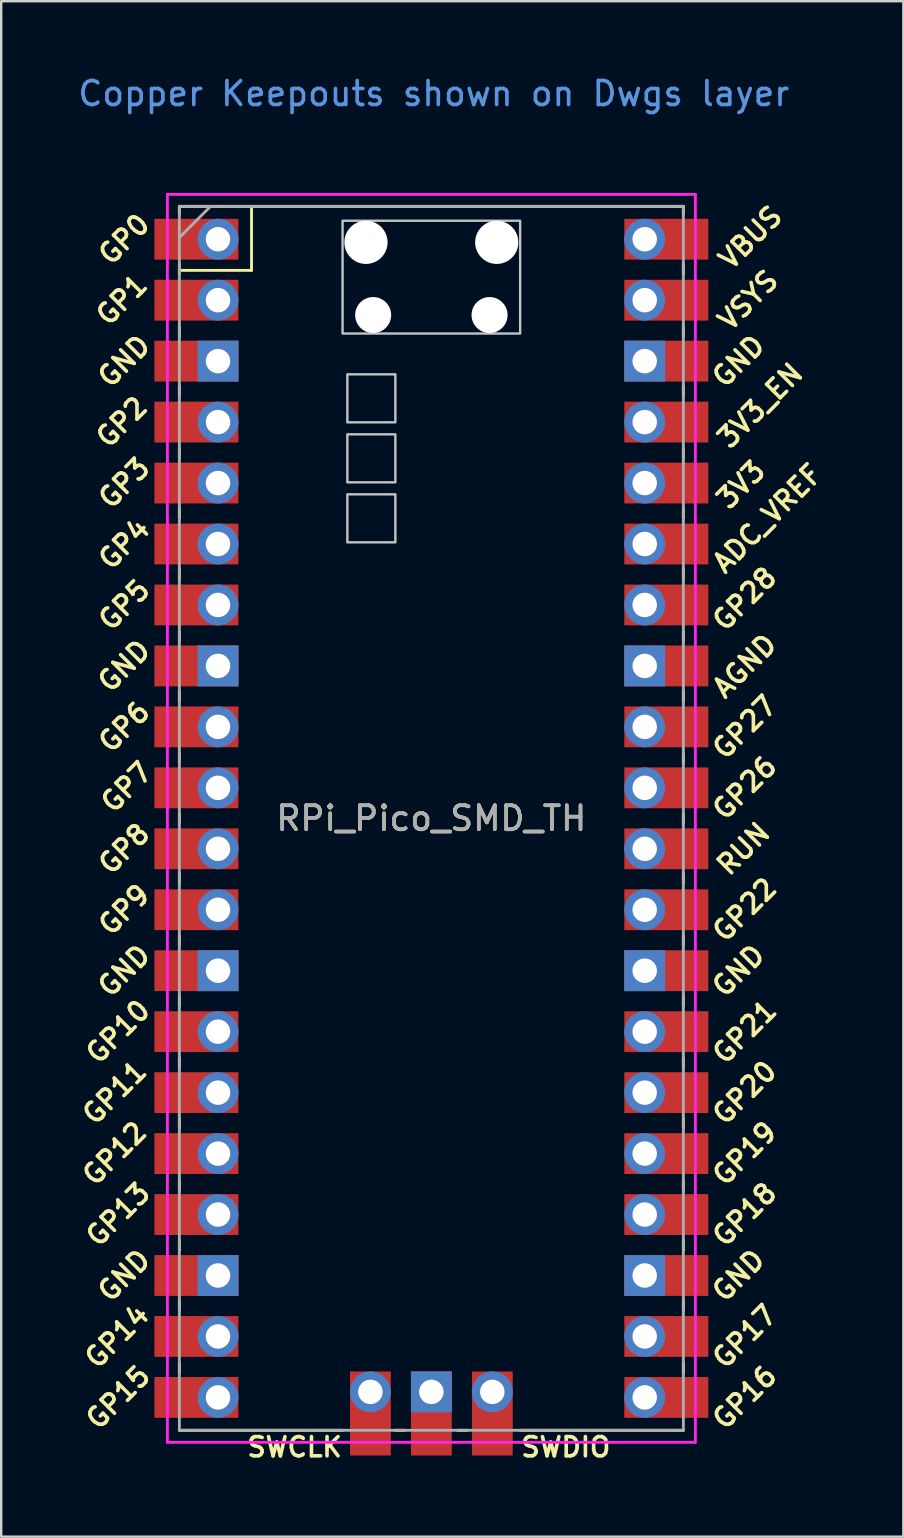
<source format=kicad_pcb>
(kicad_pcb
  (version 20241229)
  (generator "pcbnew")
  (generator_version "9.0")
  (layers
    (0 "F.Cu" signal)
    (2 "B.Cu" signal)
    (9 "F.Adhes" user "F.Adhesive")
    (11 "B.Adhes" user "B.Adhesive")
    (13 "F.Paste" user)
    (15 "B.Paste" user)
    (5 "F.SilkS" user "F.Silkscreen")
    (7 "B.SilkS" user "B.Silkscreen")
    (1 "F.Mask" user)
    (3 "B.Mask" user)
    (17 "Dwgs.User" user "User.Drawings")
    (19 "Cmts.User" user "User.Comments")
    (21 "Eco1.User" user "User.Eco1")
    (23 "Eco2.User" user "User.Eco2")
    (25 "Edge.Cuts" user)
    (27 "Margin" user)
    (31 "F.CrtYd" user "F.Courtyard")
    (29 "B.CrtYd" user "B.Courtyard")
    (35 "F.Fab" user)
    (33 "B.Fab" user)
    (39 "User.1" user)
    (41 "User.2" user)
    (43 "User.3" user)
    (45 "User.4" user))
  (footprint "RPi_Pico_SMD_TH"
    (layer "F.Cu")
    (at 14.924 31.048)
    (property "Reference" "RPi_Pico_SMD_TH" (at 0 0 0) (layer "F.SilkS") (effects (font (size 1 1) (thickness 0.15))))
    (attr through_hole)
    (fp_line (start -10.5 -25.5) (end -10.5 -25.2) (stroke (width 0.12) (type solid)) (layer "F.SilkS"))
    (fp_line (start -10.5 -25.5) (end 10.5 -25.5) (stroke (width 0.12) (type solid)) (layer "F.SilkS"))
    (fp_line (start -10.5 -23.1) (end -10.5 -22.7) (stroke (width 0.12) (type solid)) (layer "F.SilkS"))
    (fp_line (start -10.5 -22.833) (end -7.493 -22.833) (stroke (width 0.12) (type solid)) (layer "F.SilkS"))
    (fp_line (start -10.5 -20.5) (end -10.5 -20.1) (stroke (width 0.12) (type solid)) (layer "F.SilkS"))
    (fp_line (start -10.5 -18) (end -10.5 -17.6) (stroke (width 0.12) (type solid)) (layer "F.SilkS"))
    (fp_line (start -10.5 -15.4) (end -10.5 -15) (stroke (width 0.12) (type solid)) (layer "F.SilkS"))
    (fp_line (start -10.5 -12.9) (end -10.5 -12.5) (stroke (width 0.12) (type solid)) (layer "F.SilkS"))
    (fp_line (start -10.5 -10.4) (end -10.5 -10) (stroke (width 0.12) (type solid)) (layer "F.SilkS"))
    (fp_line (start -10.5 -7.8) (end -10.5 -7.4) (stroke (width 0.12) (type solid)) (layer "F.SilkS"))
    (fp_line (start -10.5 -5.3) (end -10.5 -4.9) (stroke (width 0.12) (type solid)) (layer "F.SilkS"))
    (fp_line (start -10.5 -2.7) (end -10.5 -2.3) (stroke (width 0.12) (type solid)) (layer "F.SilkS"))
    (fp_line (start -10.5 -0.2) (end -10.5 0.2) (stroke (width 0.12) (type solid)) (layer "F.SilkS"))
    (fp_line (start -10.5 2.3) (end -10.5 2.7) (stroke (width 0.12) (type solid)) (layer "F.SilkS"))
    (fp_line (start -10.5 4.9) (end -10.5 5.3) (stroke (width 0.12) (type solid)) (layer "F.SilkS"))
    (fp_line (start -10.5 7.4) (end -10.5 7.8) (stroke (width 0.12) (type solid)) (layer "F.SilkS"))
    (fp_line (start -10.5 10) (end -10.5 10.4) (stroke (width 0.12) (type solid)) (layer "F.SilkS"))
    (fp_line (start -10.5 12.5) (end -10.5 12.9) (stroke (width 0.12) (type solid)) (layer "F.SilkS"))
    (fp_line (start -10.5 15.1) (end -10.5 15.5) (stroke (width 0.12) (type solid)) (layer "F.SilkS"))
    (fp_line (start -10.5 17.6) (end -10.5 18) (stroke (width 0.12) (type solid)) (layer "F.SilkS"))
    (fp_line (start -10.5 20.1) (end -10.5 20.5) (stroke (width 0.12) (type solid)) (layer "F.SilkS"))
    (fp_line (start -10.5 22.7) (end -10.5 23.1) (stroke (width 0.12) (type solid)) (layer "F.SilkS"))
    (fp_line (start -7.493 -22.833) (end -7.493 -25.5) (stroke (width 0.12) (type solid)) (layer "F.SilkS"))
    (fp_line (start -3.7 25.5) (end -10.5 25.5) (stroke (width 0.12) (type solid)) (layer "F.SilkS"))
    (fp_line (start -1.5 25.5) (end -1.1 25.5) (stroke (width 0.12) (type solid)) (layer "F.SilkS"))
    (fp_line (start 1.1 25.5) (end 1.5 25.5) (stroke (width 0.12) (type solid)) (layer "F.SilkS"))
    (fp_line (start 10.5 -25.5) (end 10.5 -25.2) (stroke (width 0.12) (type solid)) (layer "F.SilkS"))
    (fp_line (start 10.5 -23.1) (end 10.5 -22.7) (stroke (width 0.12) (type solid)) (layer "F.SilkS"))
    (fp_line (start 10.5 -20.5) (end 10.5 -20.1) (stroke (width 0.12) (type solid)) (layer "F.SilkS"))
    (fp_line (start 10.5 -18) (end 10.5 -17.6) (stroke (width 0.12) (type solid)) (layer "F.SilkS"))
    (fp_line (start 10.5 -15.4) (end 10.5 -15) (stroke (width 0.12) (type solid)) (layer "F.SilkS"))
    (fp_line (start 10.5 -12.9) (end 10.5 -12.5) (stroke (width 0.12) (type solid)) (layer "F.SilkS"))
    (fp_line (start 10.5 -10.4) (end 10.5 -10) (stroke (width 0.12) (type solid)) (layer "F.SilkS"))
    (fp_line (start 10.5 -7.8) (end 10.5 -7.4) (stroke (width 0.12) (type solid)) (layer "F.SilkS"))
    (fp_line (start 10.5 -5.3) (end 10.5 -4.9) (stroke (width 0.12) (type solid)) (layer "F.SilkS"))
    (fp_line (start 10.5 -2.7) (end 10.5 -2.3) (stroke (width 0.12) (type solid)) (layer "F.SilkS"))
    (fp_line (start 10.5 -0.2) (end 10.5 0.2) (stroke (width 0.12) (type solid)) (layer "F.SilkS"))
    (fp_line (start 10.5 2.3) (end 10.5 2.7) (stroke (width 0.12) (type solid)) (layer "F.SilkS"))
    (fp_line (start 10.5 4.9) (end 10.5 5.3) (stroke (width 0.12) (type solid)) (layer "F.SilkS"))
    (fp_line (start 10.5 7.4) (end 10.5 7.8) (stroke (width 0.12) (type solid)) (layer "F.SilkS"))
    (fp_line (start 10.5 10) (end 10.5 10.4) (stroke (width 0.12) (type solid)) (layer "F.SilkS"))
    (fp_line (start 10.5 12.5) (end 10.5 12.9) (stroke (width 0.12) (type solid)) (layer "F.SilkS"))
    (fp_line (start 10.5 15.1) (end 10.5 15.5) (stroke (width 0.12) (type solid)) (layer "F.SilkS"))
    (fp_line (start 10.5 17.6) (end 10.5 18) (stroke (width 0.12) (type solid)) (layer "F.SilkS"))
    (fp_line (start 10.5 20.1) (end 10.5 20.5) (stroke (width 0.12) (type solid)) (layer "F.SilkS"))
    (fp_line (start 10.5 22.7) (end 10.5 23.1) (stroke (width 0.12) (type solid)) (layer "F.SilkS"))
    (fp_line (start 10.5 25.5) (end 3.7 25.5) (stroke (width 0.12) (type solid)) (layer "F.SilkS"))
    (fp_poly (pts (xy -1.5 -16.5) (xy -3.5 -16.5) (xy -3.5 -18.5) (xy -1.5 -18.5)) (stroke (width 0.1) (type solid)) (fill no) (layer "Dwgs.User"))
    (fp_poly (pts (xy -1.5 -14) (xy -3.5 -14) (xy -3.5 -16) (xy -1.5 -16)) (stroke (width 0.1) (type solid)) (fill no) (layer "Dwgs.User"))
    (fp_poly (pts (xy -1.5 -11.5) (xy -3.5 -11.5) (xy -3.5 -13.5) (xy -1.5 -13.5)) (stroke (width 0.1) (type solid)) (fill no) (layer "Dwgs.User"))
    (fp_poly (pts (xy 3.7 -20.2) (xy -3.7 -20.2) (xy -3.7 -24.9) (xy 3.7 -24.9)) (stroke (width 0.1) (type solid)) (fill no) (layer "Dwgs.User"))
    (fp_line (start -11 -26) (end 11 -26) (stroke (width 0.12) (type solid)) (layer "F.CrtYd"))
    (fp_line (start -11 26) (end -11 -26) (stroke (width 0.12) (type solid)) (layer "F.CrtYd"))
    (fp_line (start 11 -26) (end 11 26) (stroke (width 0.12) (type solid)) (layer "F.CrtYd"))
    (fp_line (start 11 26) (end -11 26) (stroke (width 0.12) (type solid)) (layer "F.CrtYd"))
    (fp_line (start -10.5 -25.5) (end 10.5 -25.5) (stroke (width 0.12) (type solid)) (layer "F.Fab"))
    (fp_line (start -10.5 -24.2) (end -9.2 -25.5) (stroke (width 0.12) (type solid)) (layer "F.Fab"))
    (fp_line (start -10.5 25.5) (end -10.5 -25.5) (stroke (width 0.12) (type solid)) (layer "F.Fab"))
    (fp_line (start 10.5 -25.5) (end 10.5 25.5) (stroke (width 0.12) (type solid)) (layer "F.Fab"))
    (fp_line (start 10.5 25.5) (end -10.5 25.5) (stroke (width 0.12) (type solid)) (layer "F.Fab"))
    (fp_text user "GP2" (at -12.9 -16.51 45) (layer "F.SilkS") (effects (font (size 0.8 0.8) (thickness 0.15))))
    (fp_text user "GP4" (at -12.8 -11.43 45) (layer "F.SilkS") (effects (font (size 0.8 0.8) (thickness 0.15))))
    (fp_text user "GP7" (at -12.7 -1.3 45) (layer "F.SilkS") (effects (font (size 0.8 0.8) (thickness 0.15))))
    (fp_text user "ADC_VREF" (at 14 -12.5 45) (layer "F.SilkS") (effects (font (size 0.8 0.8) (thickness 0.15))))
    (fp_text user "GP21" (at 13.054 8.9 45) (layer "F.SilkS") (effects (font (size 0.8 0.8) (thickness 0.15))))
    (fp_text user "GP22" (at 13.054 3.81 45) (layer "F.SilkS") (effects (font (size 0.8 0.8) (thickness 0.15))))
    (fp_text user "GP13" (at -13.054 16.51 45) (layer "F.SilkS") (effects (font (size 0.8 0.8) (thickness 0.15))))
    (fp_text user "GP1" (at -12.9 -21.6 45) (layer "F.SilkS") (effects (font (size 0.8 0.8) (thickness 0.15))))
    (fp_text user "SWDIO" (at 5.6 26.2 0) (layer "F.SilkS") (effects (font (size 0.8 0.8) (thickness 0.15))))
    (fp_text user "GND" (at -12.8 -6.35 45) (layer "F.SilkS") (effects (font (size 0.8 0.8) (thickness 0.15))))
    (fp_text user "GP11" (at -13.2 11.43 45) (layer "F.SilkS") (effects (font (size 0.8 0.8) (thickness 0.15))))
    (fp_text user "GP27" (at 13.054 -3.8 45) (layer "F.SilkS") (effects (font (size 0.8 0.8) (thickness 0.15))))
    (fp_text user "GP9" (at -12.8 3.81 45) (layer "F.SilkS") (effects (font (size 0.8 0.8) (thickness 0.15))))
    (fp_text user "GP28" (at 13.054 -9.144 45) (layer "F.SilkS") (effects (font (size 0.8 0.8) (thickness 0.15))))
    (fp_text user "GND" (at 12.8 19.05 45) (layer "F.SilkS") (effects (font (size 0.8 0.8) (thickness 0.15))))
    (fp_text user "GND" (at -12.8 19.05 45) (layer "F.SilkS") (effects (font (size 0.8 0.8) (thickness 0.15))))
    (fp_text user "GND" (at -12.8 -19.05 45) (layer "F.SilkS") (effects (font (size 0.8 0.8) (thickness 0.15))))
    (fp_text user "GP3" (at -12.8 -13.97 45) (layer "F.SilkS") (effects (font (size 0.8 0.8) (thickness 0.15))))
    (fp_text user "GND" (at 12.8 -19.05 45) (layer "F.SilkS") (effects (font (size 0.8 0.8) (thickness 0.15))))
    (fp_text user "RUN" (at 13 1.27 45) (layer "F.SilkS") (effects (font (size 0.8 0.8) (thickness 0.15))))
    (fp_text user "GND" (at 12.8 6.35 45) (layer "F.SilkS") (effects (font (size 0.8 0.8) (thickness 0.15))))
    (fp_text user "GP8" (at -12.8 1.27 45) (layer "F.SilkS") (effects (font (size 0.8 0.8) (thickness 0.15))))
    (fp_text user "3V3" (at 12.9 -13.9 45) (layer "F.SilkS") (effects (font (size 0.8 0.8) (thickness 0.15))))
    (fp_text user "GP0" (at -12.8 -24.13 45) (layer "F.SilkS") (effects (font (size 0.8 0.8) (thickness 0.15))))
    (fp_text user "GP15" (at -13.054 24.13 45) (layer "F.SilkS") (effects (font (size 0.8 0.8) (thickness 0.15))))
    (fp_text user "GP18" (at 13.054 16.51 45) (layer "F.SilkS") (effects (font (size 0.8 0.8) (thickness 0.15))))
    (fp_text user "GP19" (at 13.054 13.97 45) (layer "F.SilkS") (effects (font (size 0.8 0.8) (thickness 0.15))))
    (fp_text user "GP6" (at -12.8 -3.81 45) (layer "F.SilkS") (effects (font (size 0.8 0.8) (thickness 0.15))))
    (fp_text user "GP10" (at -13.054 8.89 45) (layer "F.SilkS") (effects (font (size 0.8 0.8) (thickness 0.15))))
    (fp_text user "VSYS" (at 13.2 -21.59 45) (layer "F.SilkS") (effects (font (size 0.8 0.8) (thickness 0.15))))
    (fp_text user "AGND" (at 13.054 -6.35 45) (layer "F.SilkS") (effects (font (size 0.8 0.8) (thickness 0.15))))
    (fp_text user "GND" (at -12.8 6.35 45) (layer "F.SilkS") (effects (font (size 0.8 0.8) (thickness 0.15))))
    (fp_text user "GP14" (at -13.1 21.59 45) (layer "F.SilkS") (effects (font (size 0.8 0.8) (thickness 0.15))))
    (fp_text user "GP17" (at 13.054 21.59 45) (layer "F.SilkS") (effects (font (size 0.8 0.8) (thickness 0.15))))
    (fp_text user "GP5" (at -12.8 -8.89 45) (layer "F.SilkS") (effects (font (size 0.8 0.8) (thickness 0.15))))
    (fp_text user "GP20" (at 13.054 11.43 45) (layer "F.SilkS") (effects (font (size 0.8 0.8) (thickness 0.15))))
    (fp_text user "VBUS" (at 13.3 -24.2 45) (layer "F.SilkS") (effects (font (size 0.8 0.8) (thickness 0.15))))
    (fp_text user "GP26" (at 13.054 -1.27 45) (layer "F.SilkS") (effects (font (size 0.8 0.8) (thickness 0.15))))
    (fp_text user "3V3_EN" (at 13.7 -17.2 45) (layer "F.SilkS") (effects (font (size 0.8 0.8) (thickness 0.15))))
    (fp_text user "SWCLK" (at -5.7 26.2 0) (layer "F.SilkS") (effects (font (size 0.8 0.8) (thickness 0.15))))
    (fp_text user "GP12" (at -13.2 13.97 45) (layer "F.SilkS") (effects (font (size 0.8 0.8) (thickness 0.15))))
    (fp_text user "GP16" (at 13.054 24.13 45) (layer "F.SilkS") (effects (font (size 0.8 0.8) (thickness 0.15))))
    (fp_text user "Copper Keepouts shown on Dwgs layer" (at 0.1 -30.2 0) (layer "Cmts.User") (effects (font (size 1 1) (thickness 0.15))))
    (fp_text user "${REFERENCE}" (at 0 0 180) (layer "F.Fab") (effects (font (size 1 1) (thickness 0.15))))
    (pad "" np_thru_hole oval (at -2.725 -24) (size 1.8 1.8) (drill 1.8) (layers "*.Cu" "*.Mask"))
    (pad "" np_thru_hole oval (at -2.425 -20.97) (size 1.5 1.5) (drill 1.5) (layers "*.Cu" "*.Mask"))
    (pad "" np_thru_hole oval (at 2.425 -20.97) (size 1.5 1.5) (drill 1.5) (layers "*.Cu" "*.Mask"))
    (pad "" np_thru_hole oval (at 2.725 -24) (size 1.8 1.8) (drill 1.8) (layers "*.Cu" "*.Mask"))
    (pad "1" thru_hole oval (at -8.89 -24.13) (size 1.7 1.7) (drill 1.02) (layers "*.Cu" "*.Mask"))
    (pad "1" smd rect (at -8.89 -24.13) (size 3.5 1.7) (drill (offset -0.9 0)) (layers "F.Cu" "F.Mask"))
    (pad "2" thru_hole oval (at -8.89 -21.59) (size 1.7 1.7) (drill 1.02) (layers "*.Cu" "*.Mask"))
    (pad "2" smd rect (at -8.89 -21.59) (size 3.5 1.7) (drill (offset -0.9 0)) (layers "F.Cu" "F.Mask"))
    (pad "3" thru_hole rect (at -8.89 -19.05) (size 1.7 1.7) (drill 1.02) (layers "*.Cu" "*.Mask"))
    (pad "3" smd rect (at -8.89 -19.05) (size 3.5 1.7) (drill (offset -0.9 0)) (layers "F.Cu" "F.Mask"))
    (pad "4" thru_hole oval (at -8.89 -16.51) (size 1.7 1.7) (drill 1.02) (layers "*.Cu" "*.Mask"))
    (pad "4" smd rect (at -8.89 -16.51) (size 3.5 1.7) (drill (offset -0.9 0)) (layers "F.Cu" "F.Mask"))
    (pad "5" thru_hole oval (at -8.89 -13.97) (size 1.7 1.7) (drill 1.02) (layers "*.Cu" "*.Mask"))
    (pad "5" smd rect (at -8.89 -13.97) (size 3.5 1.7) (drill (offset -0.9 0)) (layers "F.Cu" "F.Mask"))
    (pad "6" thru_hole oval (at -8.89 -11.43) (size 1.7 1.7) (drill 1.02) (layers "*.Cu" "*.Mask"))
    (pad "6" smd rect (at -8.89 -11.43) (size 3.5 1.7) (drill (offset -0.9 0)) (layers "F.Cu" "F.Mask"))
    (pad "7" thru_hole oval (at -8.89 -8.89) (size 1.7 1.7) (drill 1.02) (layers "*.Cu" "*.Mask"))
    (pad "7" smd rect (at -8.89 -8.89) (size 3.5 1.7) (drill (offset -0.9 0)) (layers "F.Cu" "F.Mask"))
    (pad "8" thru_hole rect (at -8.89 -6.35) (size 1.7 1.7) (drill 1.02) (layers "*.Cu" "*.Mask"))
    (pad "8" smd rect (at -8.89 -6.35) (size 3.5 1.7) (drill (offset -0.9 0)) (layers "F.Cu" "F.Mask"))
    (pad "9" thru_hole oval (at -8.89 -3.81) (size 1.7 1.7) (drill 1.02) (layers "*.Cu" "*.Mask"))
    (pad "9" smd rect (at -8.89 -3.81) (size 3.5 1.7) (drill (offset -0.9 0)) (layers "F.Cu" "F.Mask"))
    (pad "10" thru_hole oval (at -8.89 -1.27) (size 1.7 1.7) (drill 1.02) (layers "*.Cu" "*.Mask"))
    (pad "10" smd rect (at -8.89 -1.27) (size 3.5 1.7) (drill (offset -0.9 0)) (layers "F.Cu" "F.Mask"))
    (pad "11" thru_hole oval (at -8.89 1.27) (size 1.7 1.7) (drill 1.02) (layers "*.Cu" "*.Mask"))
    (pad "11" smd rect (at -8.89 1.27) (size 3.5 1.7) (drill (offset -0.9 0)) (layers "F.Cu" "F.Mask"))
    (pad "12" thru_hole oval (at -8.89 3.81) (size 1.7 1.7) (drill 1.02) (layers "*.Cu" "*.Mask"))
    (pad "12" smd rect (at -8.89 3.81) (size 3.5 1.7) (drill (offset -0.9 0)) (layers "F.Cu" "F.Mask"))
    (pad "13" thru_hole rect (at -8.89 6.35) (size 1.7 1.7) (drill 1.02) (layers "*.Cu" "*.Mask"))
    (pad "13" smd rect (at -8.89 6.35) (size 3.5 1.7) (drill (offset -0.9 0)) (layers "F.Cu" "F.Mask"))
    (pad "14" thru_hole oval (at -8.89 8.89) (size 1.7 1.7) (drill 1.02) (layers "*.Cu" "*.Mask"))
    (pad "14" smd rect (at -8.89 8.89) (size 3.5 1.7) (drill (offset -0.9 0)) (layers "F.Cu" "F.Mask"))
    (pad "15" thru_hole oval (at -8.89 11.43) (size 1.7 1.7) (drill 1.02) (layers "*.Cu" "*.Mask"))
    (pad "15" smd rect (at -8.89 11.43) (size 3.5 1.7) (drill (offset -0.9 0)) (layers "F.Cu" "F.Mask"))
    (pad "16" thru_hole oval (at -8.89 13.97) (size 1.7 1.7) (drill 1.02) (layers "*.Cu" "*.Mask"))
    (pad "16" smd rect (at -8.89 13.97) (size 3.5 1.7) (drill (offset -0.9 0)) (layers "F.Cu" "F.Mask"))
    (pad "17" thru_hole oval (at -8.89 16.51) (size 1.7 1.7) (drill 1.02) (layers "*.Cu" "*.Mask"))
    (pad "17" smd rect (at -8.89 16.51) (size 3.5 1.7) (drill (offset -0.9 0)) (layers "F.Cu" "F.Mask"))
    (pad "18" thru_hole rect (at -8.89 19.05) (size 1.7 1.7) (drill 1.02) (layers "*.Cu" "*.Mask"))
    (pad "18" smd rect (at -8.89 19.05) (size 3.5 1.7) (drill (offset -0.9 0)) (layers "F.Cu" "F.Mask"))
    (pad "19" thru_hole oval (at -8.89 21.59) (size 1.7 1.7) (drill 1.02) (layers "*.Cu" "*.Mask"))
    (pad "19" smd rect (at -8.89 21.59) (size 3.5 1.7) (drill (offset -0.9 0)) (layers "F.Cu" "F.Mask"))
    (pad "20" thru_hole oval (at -8.89 24.13) (size 1.7 1.7) (drill 1.02) (layers "*.Cu" "*.Mask"))
    (pad "20" smd rect (at -8.89 24.13) (size 3.5 1.7) (drill (offset -0.9 0)) (layers "F.Cu" "F.Mask"))
    (pad "21" thru_hole oval (at 8.89 24.13) (size 1.7 1.7) (drill 1.02) (layers "*.Cu" "*.Mask"))
    (pad "21" smd rect (at 8.89 24.13) (size 3.5 1.7) (drill (offset 0.9 0)) (layers "F.Cu" "F.Mask"))
    (pad "22" thru_hole oval (at 8.89 21.59) (size 1.7 1.7) (drill 1.02) (layers "*.Cu" "*.Mask"))
    (pad "22" smd rect (at 8.89 21.59) (size 3.5 1.7) (drill (offset 0.9 0)) (layers "F.Cu" "F.Mask"))
    (pad "23" thru_hole rect (at 8.89 19.05) (size 1.7 1.7) (drill 1.02) (layers "*.Cu" "*.Mask"))
    (pad "23" smd rect (at 8.89 19.05) (size 3.5 1.7) (drill (offset 0.9 0)) (layers "F.Cu" "F.Mask"))
    (pad "24" thru_hole oval (at 8.89 16.51) (size 1.7 1.7) (drill 1.02) (layers "*.Cu" "*.Mask"))
    (pad "24" smd rect (at 8.89 16.51) (size 3.5 1.7) (drill (offset 0.9 0)) (layers "F.Cu" "F.Mask"))
    (pad "25" thru_hole oval (at 8.89 13.97) (size 1.7 1.7) (drill 1.02) (layers "*.Cu" "*.Mask"))
    (pad "25" smd rect (at 8.89 13.97) (size 3.5 1.7) (drill (offset 0.9 0)) (layers "F.Cu" "F.Mask"))
    (pad "26" thru_hole oval (at 8.89 11.43) (size 1.7 1.7) (drill 1.02) (layers "*.Cu" "*.Mask"))
    (pad "26" smd rect (at 8.89 11.43) (size 3.5 1.7) (drill (offset 0.9 0)) (layers "F.Cu" "F.Mask"))
    (pad "27" thru_hole oval (at 8.89 8.89) (size 1.7 1.7) (drill 1.02) (layers "*.Cu" "*.Mask"))
    (pad "27" smd rect (at 8.89 8.89) (size 3.5 1.7) (drill (offset 0.9 0)) (layers "F.Cu" "F.Mask"))
    (pad "28" thru_hole rect (at 8.89 6.35) (size 1.7 1.7) (drill 1.02) (layers "*.Cu" "*.Mask"))
    (pad "28" smd rect (at 8.89 6.35) (size 3.5 1.7) (drill (offset 0.9 0)) (layers "F.Cu" "F.Mask"))
    (pad "29" thru_hole oval (at 8.89 3.81) (size 1.7 1.7) (drill 1.02) (layers "*.Cu" "*.Mask"))
    (pad "29" smd rect (at 8.89 3.81) (size 3.5 1.7) (drill (offset 0.9 0)) (layers "F.Cu" "F.Mask"))
    (pad "30" thru_hole oval (at 8.89 1.27) (size 1.7 1.7) (drill 1.02) (layers "*.Cu" "*.Mask"))
    (pad "30" smd rect (at 8.89 1.27) (size 3.5 1.7) (drill (offset 0.9 0)) (layers "F.Cu" "F.Mask"))
    (pad "31" thru_hole oval (at 8.89 -1.27) (size 1.7 1.7) (drill 1.02) (layers "*.Cu" "*.Mask"))
    (pad "31" smd rect (at 8.89 -1.27) (size 3.5 1.7) (drill (offset 0.9 0)) (layers "F.Cu" "F.Mask"))
    (pad "32" thru_hole oval (at 8.89 -3.81) (size 1.7 1.7) (drill 1.02) (layers "*.Cu" "*.Mask"))
    (pad "32" smd rect (at 8.89 -3.81) (size 3.5 1.7) (drill (offset 0.9 0)) (layers "F.Cu" "F.Mask"))
    (pad "33" thru_hole rect (at 8.89 -6.35) (size 1.7 1.7) (drill 1.02) (layers "*.Cu" "*.Mask"))
    (pad "33" smd rect (at 8.89 -6.35) (size 3.5 1.7) (drill (offset 0.9 0)) (layers "F.Cu" "F.Mask"))
    (pad "34" thru_hole oval (at 8.89 -8.89) (size 1.7 1.7) (drill 1.02) (layers "*.Cu" "*.Mask"))
    (pad "34" smd rect (at 8.89 -8.89) (size 3.5 1.7) (drill (offset 0.9 0)) (layers "F.Cu" "F.Mask"))
    (pad "35" thru_hole oval (at 8.89 -11.43) (size 1.7 1.7) (drill 1.02) (layers "*.Cu" "*.Mask"))
    (pad "35" smd rect (at 8.89 -11.43) (size 3.5 1.7) (drill (offset 0.9 0)) (layers "F.Cu" "F.Mask"))
    (pad "36" thru_hole oval (at 8.89 -13.97) (size 1.7 1.7) (drill 1.02) (layers "*.Cu" "*.Mask"))
    (pad "36" smd rect (at 8.89 -13.97) (size 3.5 1.7) (drill (offset 0.9 0)) (layers "F.Cu" "F.Mask"))
    (pad "37" thru_hole oval (at 8.89 -16.51) (size 1.7 1.7) (drill 1.02) (layers "*.Cu" "*.Mask"))
    (pad "37" smd rect (at 8.89 -16.51) (size 3.5 1.7) (drill (offset 0.9 0)) (layers "F.Cu" "F.Mask"))
    (pad "38" thru_hole rect (at 8.89 -19.05) (size 1.7 1.7) (drill 1.02) (layers "*.Cu" "*.Mask"))
    (pad "38" smd rect (at 8.89 -19.05) (size 3.5 1.7) (drill (offset 0.9 0)) (layers "F.Cu" "F.Mask"))
    (pad "39" thru_hole oval (at 8.89 -21.59) (size 1.7 1.7) (drill 1.02) (layers "*.Cu" "*.Mask"))
    (pad "39" smd rect (at 8.89 -21.59) (size 3.5 1.7) (drill (offset 0.9 0)) (layers "F.Cu" "F.Mask"))
    (pad "40" thru_hole oval (at 8.89 -24.13) (size 1.7 1.7) (drill 1.02) (layers "*.Cu" "*.Mask"))
    (pad "40" smd rect (at 8.89 -24.13) (size 3.5 1.7) (drill (offset 0.9 0)) (layers "F.Cu" "F.Mask"))
    (pad "41" thru_hole oval (at -2.54 23.9) (size 1.7 1.7) (drill 1.02) (layers "*.Cu" "*.Mask"))
    (pad "41" smd rect (at -2.54 23.9 90) (size 3.5 1.7) (drill (offset -0.9 0)) (layers "F.Cu" "F.Mask"))
    (pad "42" thru_hole rect (at 0 23.9) (size 1.7 1.7) (drill 1.02) (layers "*.Cu" "*.Mask"))
    (pad "42" smd rect (at 0 23.9 90) (size 3.5 1.7) (drill (offset -0.9 0)) (layers "F.Cu" "F.Mask"))
    (pad "43" thru_hole oval (at 2.54 23.9) (size 1.7 1.7) (drill 1.02) (layers "*.Cu" "*.Mask"))
    (pad "43" smd rect (at 2.54 23.9 90) (size 3.5 1.7) (drill (offset -0.9 0)) (layers "F.Cu" "F.Mask")))
  (gr_rect
    (start -3 -3)
    (end 34.591 60.98)
    (stroke (width 0.1) (type default))
    (fill no)
    (layer "Edge.Cuts")))
</source>
